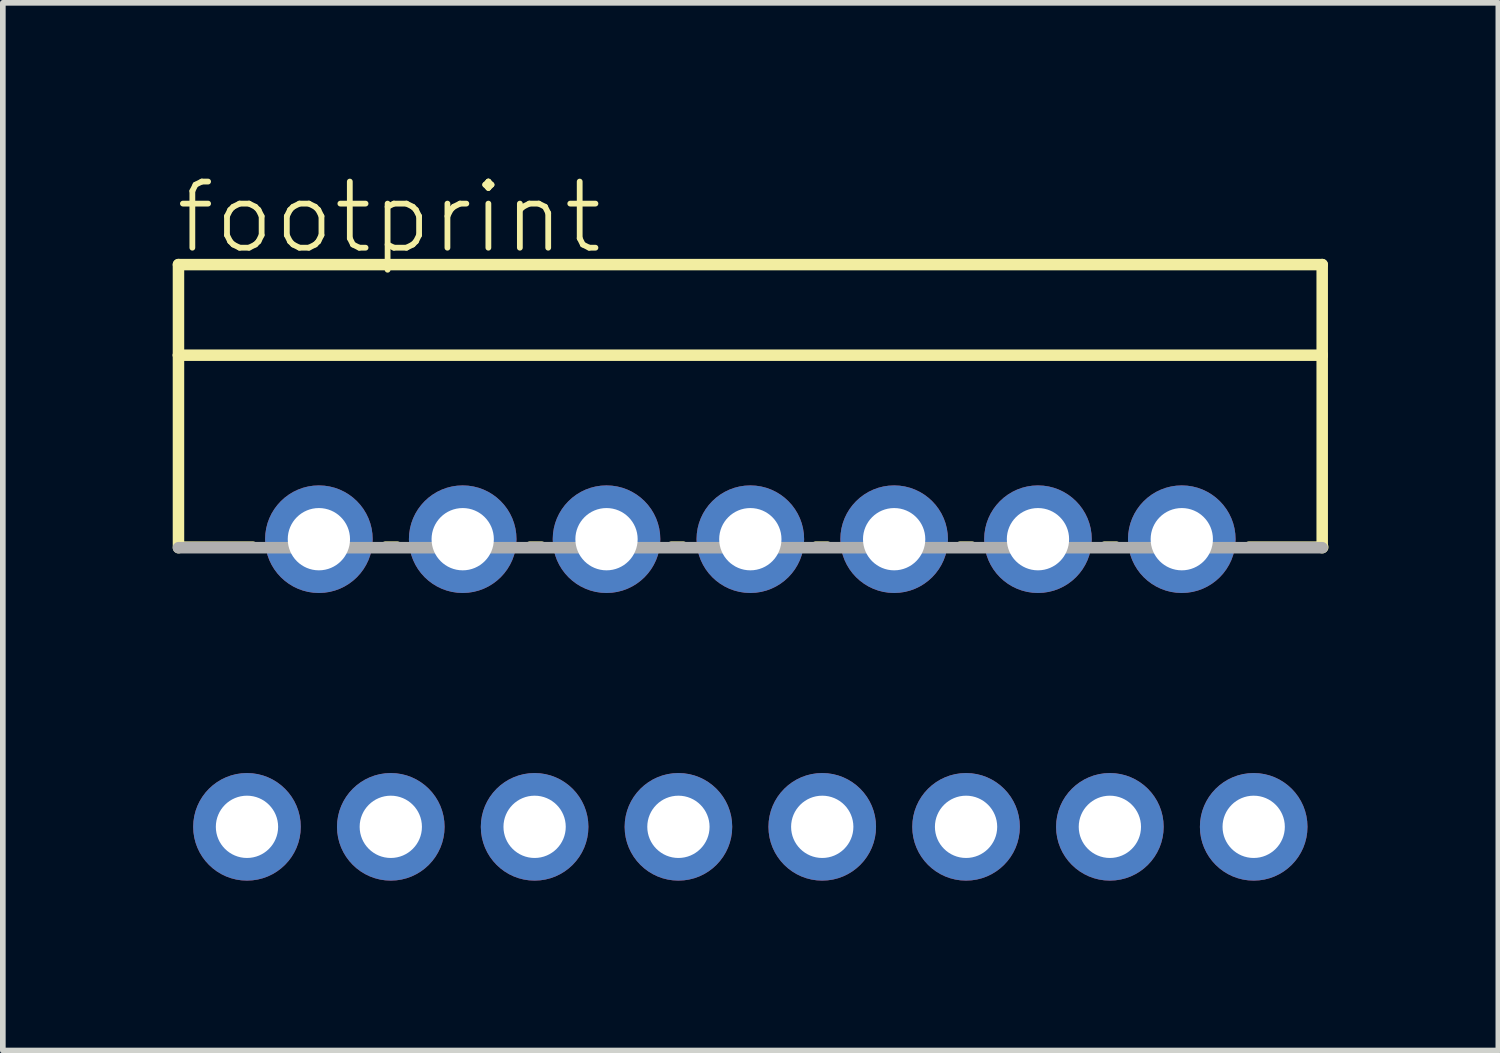
<source format=kicad_pcb>
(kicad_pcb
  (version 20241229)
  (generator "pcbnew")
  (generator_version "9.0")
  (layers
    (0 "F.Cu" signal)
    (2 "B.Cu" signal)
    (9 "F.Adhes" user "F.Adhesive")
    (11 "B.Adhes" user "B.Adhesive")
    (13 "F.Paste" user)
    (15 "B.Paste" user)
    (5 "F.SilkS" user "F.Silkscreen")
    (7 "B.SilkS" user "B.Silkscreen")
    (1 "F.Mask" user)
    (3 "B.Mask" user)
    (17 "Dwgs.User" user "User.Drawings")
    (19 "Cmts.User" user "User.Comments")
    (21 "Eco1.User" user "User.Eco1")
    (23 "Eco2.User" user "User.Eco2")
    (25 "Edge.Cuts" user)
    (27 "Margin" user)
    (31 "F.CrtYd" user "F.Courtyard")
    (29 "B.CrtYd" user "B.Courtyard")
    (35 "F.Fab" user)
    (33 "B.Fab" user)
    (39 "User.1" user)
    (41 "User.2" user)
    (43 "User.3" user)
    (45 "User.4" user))
  (footprint "footprint"
    (layer "F.Cu")
    (at 10.262 9.163)
    (property "Reference" "footprint" (at -10.26 -7.69 0) (layer "F.SilkS") (effects (font (size 1.168 1.168) (thickness 0.102)) (justify left bottom)))
    (fp_line (start -10.16 -7.54) (end 10.04 -7.54) (stroke (width 0.203) (type solid)) (layer "F.SilkS"))
    (fp_line (start -10.16 -5.94) (end -10.16 -7.54) (stroke (width 0.203) (type solid)) (layer "F.SilkS"))
    (fp_line (start -10.16 -5.94) (end 10.04 -5.94) (stroke (width 0.203) (type solid)) (layer "F.SilkS"))
    (fp_line (start -10.16 -2.54) (end -10.16 -5.94) (stroke (width 0.203) (type solid)) (layer "F.SilkS"))
    (fp_line (start -10.15 -2.55) (end -8.85 -2.55) (stroke (width 0.203) (type solid)) (layer "F.SilkS"))
    (fp_line (start -6.5 -2.55) (end -6.3 -2.55) (stroke (width 0.203) (type solid)) (layer "F.SilkS"))
    (fp_line (start -3.95 -2.55) (end -3.75 -2.55) (stroke (width 0.203) (type solid)) (layer "F.SilkS"))
    (fp_line (start -1.45 -2.55) (end -1.25 -2.55) (stroke (width 0.203) (type solid)) (layer "F.SilkS"))
    (fp_line (start 1.1 -2.55) (end 1.3 -2.55) (stroke (width 0.203) (type solid)) (layer "F.SilkS"))
    (fp_line (start 3.65 -2.55) (end 3.85 -2.55) (stroke (width 0.203) (type solid)) (layer "F.SilkS"))
    (fp_line (start 6.2 -2.55) (end 6.4 -2.55) (stroke (width 0.203) (type solid)) (layer "F.SilkS"))
    (fp_line (start 10.04 -7.54) (end 10.04 -5.94) (stroke (width 0.203) (type solid)) (layer "F.SilkS"))
    (fp_line (start 10.04 -5.94) (end 10.04 -2.54) (stroke (width 0.203) (type solid)) (layer "F.SilkS"))
    (fp_line (start 10.05 -2.55) (end 8.75 -2.55) (stroke (width 0.203) (type solid)) (layer "F.SilkS"))
    (fp_line (start 10.04 -2.54) (end -10.16 -2.54) (stroke (width 0.203) (type solid)) (layer "F.Fab"))
    (pad "1" thru_hole circle (at -8.95 2.39) (size 1.9 1.9) (drill 1.1) (layers "*.Cu" "*.Mask"))
    (pad "2" thru_hole circle (at -7.68 -2.69) (size 1.9 1.9) (drill 1.1) (layers "*.Cu" "*.Mask"))
    (pad "3" thru_hole circle (at -6.41 2.39) (size 1.9 1.9) (drill 1.1) (layers "*.Cu" "*.Mask"))
    (pad "4" thru_hole circle (at -5.14 -2.69) (size 1.9 1.9) (drill 1.1) (layers "*.Cu" "*.Mask"))
    (pad "5" thru_hole circle (at -3.87 2.39) (size 1.9 1.9) (drill 1.1) (layers "*.Cu" "*.Mask"))
    (pad "6" thru_hole circle (at -2.6 -2.69) (size 1.9 1.9) (drill 1.1) (layers "*.Cu" "*.Mask"))
    (pad "7" thru_hole circle (at -1.33 2.39) (size 1.9 1.9) (drill 1.1) (layers "*.Cu" "*.Mask"))
    (pad "8" thru_hole circle (at -0.06 -2.69) (size 1.9 1.9) (drill 1.1) (layers "*.Cu" "*.Mask"))
    (pad "9" thru_hole circle (at 1.21 2.39) (size 1.9 1.9) (drill 1.1) (layers "*.Cu" "*.Mask"))
    (pad "10" thru_hole circle (at 2.48 -2.69) (size 1.9 1.9) (drill 1.1) (layers "*.Cu" "*.Mask"))
    (pad "11" thru_hole circle (at 3.75 2.39) (size 1.9 1.9) (drill 1.1) (layers "*.Cu" "*.Mask"))
    (pad "12" thru_hole circle (at 5.02 -2.69) (size 1.9 1.9) (drill 1.1) (layers "*.Cu" "*.Mask"))
    (pad "13" thru_hole circle (at 6.29 2.39) (size 1.9 1.9) (drill 1.1) (layers "*.Cu" "*.Mask"))
    (pad "14" thru_hole circle (at 7.56 -2.69) (size 1.9 1.9) (drill 1.1) (layers "*.Cu" "*.Mask"))
    (pad "15" thru_hole circle (at 8.83 2.39) (size 1.9 1.9) (drill 1.1) (layers "*.Cu" "*.Mask")))
  (gr_rect
    (start -3 -3)
    (end 23.413 15.503)
    (stroke (width 0.1) (type default))
    (fill no)
    (layer "Edge.Cuts")))
</source>
